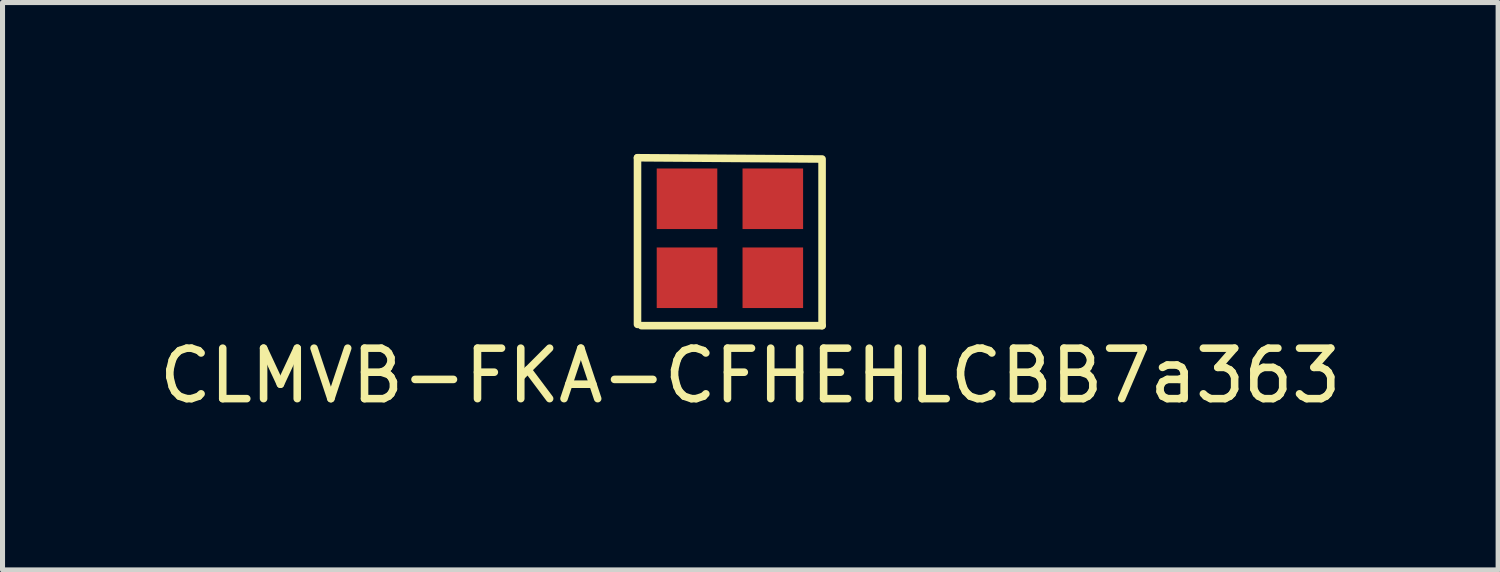
<source format=kicad_pcb>
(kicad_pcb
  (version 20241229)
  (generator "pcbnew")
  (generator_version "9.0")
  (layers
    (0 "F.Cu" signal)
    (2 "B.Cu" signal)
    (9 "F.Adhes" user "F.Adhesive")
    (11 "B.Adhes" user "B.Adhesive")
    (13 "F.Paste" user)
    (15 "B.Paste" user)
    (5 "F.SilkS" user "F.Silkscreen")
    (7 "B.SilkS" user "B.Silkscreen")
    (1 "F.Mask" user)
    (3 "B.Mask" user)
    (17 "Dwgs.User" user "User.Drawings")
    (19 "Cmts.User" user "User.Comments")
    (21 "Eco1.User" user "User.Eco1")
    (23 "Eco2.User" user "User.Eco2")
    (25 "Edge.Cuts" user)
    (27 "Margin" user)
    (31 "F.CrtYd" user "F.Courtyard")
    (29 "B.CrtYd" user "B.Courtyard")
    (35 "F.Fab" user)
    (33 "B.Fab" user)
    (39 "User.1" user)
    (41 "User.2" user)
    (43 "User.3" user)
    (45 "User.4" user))
  (footprint "CLMVB-FKA-CFHEHLCBB7a363"
    (layer "F.Cu")
    (at 11.561 1.853)
    (property "Reference" "CLMVB-FKA-CFHEHLCBB7a363" (at 0.254 2.54 0) (layer "F.SilkS") (effects (font (size 1 1) (thickness 0.15))))
    (attr through_hole)
    (fp_line (start -1.981 -1.778) (end 1.626 -1.753) (stroke (width 0.15) (type solid)) (layer "F.SilkS"))
    (fp_line (start -1.981 1.524) (end -1.981 -1.778) (stroke (width 0.15) (type solid)) (layer "F.SilkS"))
    (fp_line (start 1.676 -1.753) (end 1.676 1.549) (stroke (width 0.15) (type solid)) (layer "F.SilkS"))
    (fp_line (start 1.676 1.549) (end -1.905 1.549) (stroke (width 0.15) (type solid)) (layer "F.SilkS"))
    (pad "1" smd rect (at 0.7 0.6) (size 1.2 1.2) (layers "F.Cu" "F.Mask" "F.Paste"))
    (pad "2" smd rect (at -1 0.6) (size 1.2 1.2) (layers "F.Cu" "F.Mask" "F.Paste"))
    (pad "3" smd rect (at -1 -0.965) (size 1.2 1.2) (layers "F.Cu" "F.Mask" "F.Paste"))
    (pad "4" smd rect (at 0.7 -0.965) (size 1.2 1.2) (layers "F.Cu" "F.Mask" "F.Paste")))
  (gr_rect
    (start -3 -3)
    (end 26.631 8.241)
    (stroke (width 0.1) (type default))
    (fill no)
    (layer "Edge.Cuts")))
</source>
